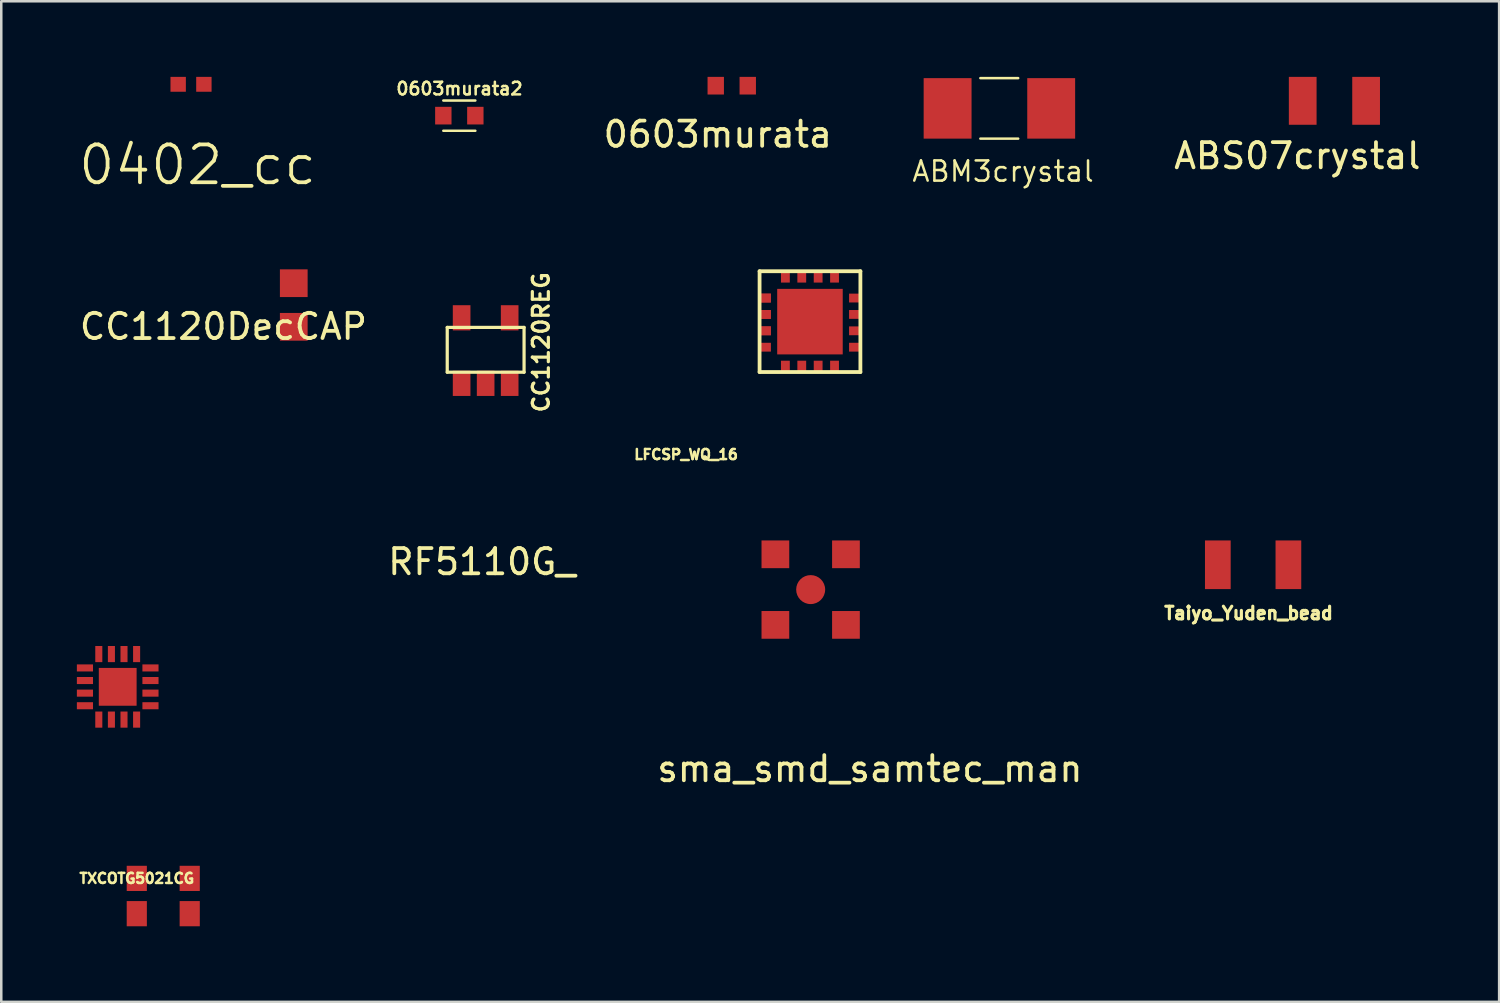
<source format=kicad_pcb>
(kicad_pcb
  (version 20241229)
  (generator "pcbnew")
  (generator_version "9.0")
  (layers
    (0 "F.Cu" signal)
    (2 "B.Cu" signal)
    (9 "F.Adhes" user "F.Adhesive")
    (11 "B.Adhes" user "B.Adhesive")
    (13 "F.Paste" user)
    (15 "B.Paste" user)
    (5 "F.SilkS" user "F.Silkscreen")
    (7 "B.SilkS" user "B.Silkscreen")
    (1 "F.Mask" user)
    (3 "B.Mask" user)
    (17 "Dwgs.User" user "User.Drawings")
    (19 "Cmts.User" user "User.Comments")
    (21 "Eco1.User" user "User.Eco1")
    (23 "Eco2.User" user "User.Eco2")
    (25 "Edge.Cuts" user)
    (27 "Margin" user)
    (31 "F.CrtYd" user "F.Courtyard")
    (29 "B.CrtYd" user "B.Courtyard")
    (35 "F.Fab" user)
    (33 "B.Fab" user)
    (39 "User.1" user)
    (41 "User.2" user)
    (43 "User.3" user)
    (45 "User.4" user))
  (footprint "CC1120DecCAP"
    (layer "F.Cu")
    (at 8.605 9.886)
    (property "Reference" "CC1120DecCAP" (at -2.79 0.02 0) (layer "F.SilkS") (effects (font (size 1 1) (thickness 0.15))))
    (attr through_hole)
    (pad "1" smd rect (at 0 -1.7) (size 1.1 1.1) (layers "F.Cu" "F.Mask" "F.Paste"))
    (pad "2" smd rect (at 0 0.03) (size 1.1 1.1) (layers "F.Cu" "F.Mask" "F.Paste")))
  (footprint "0603murata2"
    (layer "F.Cu")
    (at 14.539 1.538)
    (property "Reference" "0603murata2" (at 0.64 -1.07 0) (layer "F.SilkS") (effects (font (size 0.5 0.5) (thickness 0.1))))
    (attr through_hole)
    (fp_line (start 0 -0.6) (end 1.27 -0.6) (stroke (width 0.1) (type solid)) (layer "F.SilkS"))
    (fp_line (start 0 0.6) (end 1.27 0.6) (stroke (width 0.1) (type solid)) (layer "F.SilkS"))
    (pad "1" smd trapezoid (at 0 0) (size 0.65 0.7) (layers "F.Cu" "F.Mask" "F.Paste"))
    (pad "2" smd trapezoid (at 1.27 0) (size 0.65 0.7) (layers "F.Cu" "F.Mask" "F.Paste")))
  (footprint "TXCOTG5021CG"
    (layer "F.Cu")
    (at 2.377 31.8)
    (property "Reference" "TXCOTG5021CG" (at 0 0 0) (layer "F.SilkS") (effects (font (size 0.4 0.4) (thickness 0.1))))
    (attr through_hole)
    (pad "1" smd rect (at 0 0) (size 0.8 1) (layers "F.Cu" "F.Mask" "F.Paste"))
    (pad "2" smd rect (at 0 1.4) (size 0.8 1) (layers "F.Cu" "F.Mask" "F.Paste"))
    (pad "3" smd rect (at 2.1 1.4) (size 0.8 1) (layers "F.Cu" "F.Mask" "F.Paste"))
    (pad "4" smd rect (at 2.1 0) (size 0.8 1) (layers "F.Cu" "F.Mask" "F.Paste")))
  (footprint "LFCSP_WQ_16"
    (layer "F.Cu")
    (at 27.086 11.711)
    (property "Reference" "LFCSP_WQ_16" (at -2.916 3.272 0) (layer "F.SilkS") (effects (font (size 0.4 0.4) (thickness 0.1))))
    (attr through_hole)
    (fp_line (start 0 -4) (end 0 0) (stroke (width 0.15) (type solid)) (layer "F.SilkS"))
    (fp_line (start 0 0) (end 4 0) (stroke (width 0.15) (type solid)) (layer "F.SilkS"))
    (fp_line (start 4 -4) (end 0 -4) (stroke (width 0.15) (type solid)) (layer "F.SilkS"))
    (fp_line (start 4 0) (end 4 -4) (stroke (width 0.15) (type solid)) (layer "F.SilkS"))
    (pad "1" smd rect (at 0.225 -2.936 90) (size 0.35 0.45) (layers "F.Cu" "F.Mask" "F.Paste"))
    (pad "1" smd rect (at 0.225 -2.936 90) (size 0.35 0.45) (layers "F.Cu" "F.Mask" "F.Paste"))
    (pad "2" smd rect (at 0.225 -2.286 90) (size 0.35 0.45) (layers "F.Cu" "F.Mask" "F.Paste"))
    (pad "2" smd rect (at 0.225 -2.286 90) (size 0.35 0.45) (layers "F.Cu" "F.Mask" "F.Paste"))
    (pad "3" smd rect (at 0.225 -1.636 90) (size 0.35 0.45) (layers "F.Cu" "F.Mask" "F.Paste"))
    (pad "3" smd rect (at 0.225 -1.636 90) (size 0.35 0.45) (layers "F.Cu" "F.Mask" "F.Paste"))
    (pad "4" smd rect (at 0.225 -0.986 90) (size 0.35 0.45) (layers "F.Cu" "F.Mask" "F.Paste"))
    (pad "5" smd rect (at 1.024 -0.225) (size 0.35 0.45) (layers "F.Cu" "F.Mask" "F.Paste"))
    (pad "6" smd rect (at 1.674 -0.225) (size 0.35 0.45) (layers "F.Cu" "F.Mask" "F.Paste"))
    (pad "7" smd rect (at 2.324 -0.225) (size 0.35 0.45) (layers "F.Cu" "F.Mask" "F.Paste"))
    (pad "8" smd rect (at 1.999 -2) (size 2.6 2.6) (layers "F.Cu" "F.Mask" "F.Paste"))
    (pad "8" smd rect (at 2.974 -0.225) (size 0.35 0.45) (layers "F.Cu" "F.Mask" "F.Paste"))
    (pad "9" smd rect (at 3.775 -0.986 90) (size 0.35 0.45) (layers "F.Cu" "F.Mask" "F.Paste"))
    (pad "10" smd rect (at 3.775 -1.636 90) (size 0.35 0.45) (layers "F.Cu" "F.Mask" "F.Paste"))
    (pad "11" smd rect (at 3.775 -2.286 90) (size 0.35 0.45) (layers "F.Cu" "F.Mask" "F.Paste"))
    (pad "12" smd rect (at 3.775 -2.936 90) (size 0.35 0.45) (layers "F.Cu" "F.Mask" "F.Paste"))
    (pad "13" smd rect (at 2.974 -3.775) (size 0.35 0.45) (layers "F.Cu" "F.Mask" "F.Paste"))
    (pad "14" smd rect (at 2.324 -3.775) (size 0.35 0.45) (layers "F.Cu" "F.Mask" "F.Paste"))
    (pad "15" smd rect (at 1.674 -3.775) (size 0.35 0.45) (layers "F.Cu" "F.Mask" "F.Paste"))
    (pad "16" smd rect (at 1.024 -3.775) (size 0.35 0.45) (layers "F.Cu" "F.Mask" "F.Paste")))
  (footprint "0402_cc"
    (layer "F.Cu")
    (at 4.019 0.295)
    (property "Reference" "0402_cc" (at 0.77 3.2 0) (layer "F.SilkS") (effects (font (size 1.5 1.5) (thickness 0.15))))
    (attr through_hole)
    (pad "1" smd rect (at 0 0) (size 0.61 0.59) (layers "F.Cu" "F.Mask" "F.Paste"))
    (pad "2" smd rect (at 1.02 0) (size 0.61 0.59) (layers "F.Cu" "F.Mask" "F.Paste")))
  (footprint "Taiyo_Yuden_bead"
    (layer "F.Cu")
    (at 45.267 19.357)
    (property "Reference" "Taiyo_Yuden_bead" (at 1.22 1.92 0) (layer "F.SilkS") (effects (font (size 0.5 0.5) (thickness 0.125))))
    (attr through_hole)
    (pad "1" smd rect (at 0 0) (size 1.02 1.93) (layers "F.Cu" "F.Mask" "F.Paste"))
    (pad "2" smd rect (at 2.8 0) (size 1.02 1.93) (layers "F.Cu" "F.Mask" "F.Paste")))
  (footprint "CC1120REG"
    (layer "F.Cu")
    (at 16.218 10.829)
    (property "Reference" "CC1120REG" (at 2.2 -0.3 90) (layer "F.SilkS") (effects (font (size 0.635 0.635) (thickness 0.127))))
    (attr smd)
    (fp_line (start -1.524 -0.889) (end 1.524 -0.889) (stroke (width 0.127) (type solid)) (layer "F.SilkS"))
    (fp_line (start -1.524 0.889) (end -1.524 -0.889) (stroke (width 0.127) (type solid)) (layer "F.SilkS"))
    (fp_line (start 1.524 -0.889) (end 1.524 0.889) (stroke (width 0.127) (type solid)) (layer "F.SilkS"))
    (fp_line (start 1.524 0.889) (end -1.524 0.889) (stroke (width 0.127) (type solid)) (layer "F.SilkS"))
    (pad "1" smd rect (at -0.953 1.33) (size 0.7 1) (layers "F.Cu" "F.Mask" "F.Paste"))
    (pad "2" smd rect (at 0 1.33) (size 0.7 1) (layers "F.Cu" "F.Mask" "F.Paste"))
    (pad "3" smd rect (at 0.953 1.33) (size 0.7 1) (layers "F.Cu" "F.Mask" "F.Paste"))
    (pad "4" smd rect (at 0.953 -1.27) (size 0.7 1) (layers "F.Cu" "F.Mask" "F.Paste"))
    (pad "5" smd rect (at -0.953 -1.27) (size 0.7 1) (layers "F.Cu" "F.Mask" "F.Paste")))
  (footprint "ABM3crystal"
    (layer "F.Cu")
    (at 34.546 1.25)
    (property "Reference" "ABM3crystal" (at 2.2 2.5 0) (layer "F.SilkS") (effects (font (size 0.8 0.8) (thickness 0.1))))
    (attr through_hole)
    (fp_line (start 1.3 -1.2) (end 2.8 -1.2) (stroke (width 0.1) (type solid)) (layer "F.SilkS"))
    (fp_line (start 1.3 1.2) (end 2.8 1.2) (stroke (width 0.1) (type solid)) (layer "F.SilkS"))
    (pad "1" smd trapezoid (at 0 0) (size 1.9 2.4) (layers "F.Cu" "F.Mask" "F.Paste"))
    (pad "2" smd trapezoid (at 4.11 0) (size 1.9 2.4) (layers "F.Cu" "F.Mask" "F.Paste")))
  (footprint "0603murata"
    (layer "F.Cu")
    (at 25.347 0.35)
    (property "Reference" "0603murata" (at 0.08 1.93 0) (layer "F.SilkS") (effects (font (size 1 1) (thickness 0.15))))
    (attr through_hole)
    (pad "1" smd trapezoid (at 0 0) (size 0.65 0.7) (layers "F.Cu" "F.Mask" "F.Paste"))
    (pad "2" smd trapezoid (at 1.27 0) (size 0.65 0.7) (layers "F.Cu" "F.Mask" "F.Paste")))
  (footprint "ABS07crystal"
    (layer "F.Cu")
    (at 48.625 0.95)
    (property "Reference" "ABS07crystal" (at -0.203 2.184 0) (layer "F.SilkS") (effects (font (size 1 1) (thickness 0.15))))
    (attr through_hole)
    (pad "1" smd trapezoid (at 0.01 0) (size 1.1 1.9) (layers "F.Cu" "F.Mask" "F.Paste"))
    (pad "2" smd trapezoid (at 2.525 0) (size 1.1 1.9) (layers "F.Cu" "F.Mask" "F.Paste")))
  (footprint "sma_smd_samtec_man"
    (layer "F.Cu")
    (at 29.113 20.342)
    (property "Reference" "sma_smd_samtec_man" (at 2.35 7.11 0) (layer "F.SilkS") (effects (font (size 1 1) (thickness 0.15))))
    (attr through_hole)
    (pad "1" connect circle (at 0 0) (size 1.15 1.15) (layers "F.Cu" "F.Mask"))
    (pad "2" connect trapezoid (at 1.4 1.4) (size 1.1 1.1) (layers "F.Cu" "F.Mask"))
    (pad "3" connect trapezoid (at -1.4 1.4) (size 1.1 1.1) (layers "F.Cu" "F.Mask"))
    (pad "4" connect trapezoid (at -1.4 -1.4) (size 1.1 1.1) (layers "F.Cu" "F.Mask"))
    (pad "5" connect trapezoid (at 1.4 -1.4) (size 1.1 1.1) (layers "F.Cu" "F.Mask")))
  (footprint "RF5110G_"
    (layer "F.Cu")
    (at 9.12 24.75)
    (property "Reference" "RF5110G_" (at 6.95 -5.51 0) (layer "F.SilkS") (effects (font (size 1 1) (thickness 0.15))))
    (attr through_hole)
    (pad "1" smd rect (at -8.8 -1.3) (size 0.64 0.28) (layers "F.Cu" "F.Mask" "F.Paste"))
    (pad "2" smd rect (at -8.8 -0.8) (size 0.64 0.28) (layers "F.Cu" "F.Mask" "F.Paste"))
    (pad "3" smd rect (at -8.8 -0.3) (size 0.64 0.28) (layers "F.Cu" "F.Mask" "F.Paste"))
    (pad "4" smd rect (at -8.8 0.2) (size 0.64 0.28) (layers "F.Cu" "F.Mask" "F.Paste"))
    (pad "5" smd rect (at -8.25 0.75) (size 0.28 0.64) (layers "F.Cu" "F.Mask" "F.Paste"))
    (pad "6" smd rect (at -7.75 0.75) (size 0.28 0.64) (layers "F.Cu" "F.Mask" "F.Paste"))
    (pad "7" smd rect (at -7.25 0.75) (size 0.28 0.64) (layers "F.Cu" "F.Mask" "F.Paste"))
    (pad "8" smd rect (at -6.75 0.75) (size 0.28 0.64) (layers "F.Cu" "F.Mask" "F.Paste"))
    (pad "9" smd rect (at -6.2 0.2) (size 0.64 0.28) (layers "F.Cu" "F.Mask" "F.Paste"))
    (pad "10" smd rect (at -6.2 -0.3) (size 0.64 0.28) (layers "F.Cu" "F.Mask" "F.Paste"))
    (pad "11" smd rect (at -6.2 -0.8) (size 0.64 0.28) (layers "F.Cu" "F.Mask" "F.Paste"))
    (pad "12" smd rect (at -6.2 -1.3) (size 0.64 0.28) (layers "F.Cu" "F.Mask" "F.Paste"))
    (pad "13" smd rect (at -6.75 -1.85) (size 0.28 0.64) (layers "F.Cu" "F.Mask" "F.Paste"))
    (pad "14" smd rect (at -7.25 -1.85) (size 0.28 0.64) (layers "F.Cu" "F.Mask" "F.Paste"))
    (pad "15" smd rect (at -7.75 -1.85) (size 0.28 0.64) (layers "F.Cu" "F.Mask" "F.Paste"))
    (pad "16" smd rect (at -8.25 -1.85) (size 0.28 0.64) (layers "F.Cu" "F.Mask" "F.Paste"))
    (pad "17" smd rect (at -7.5 -0.55) (size 1.5 1.5) (layers "F.Cu" "F.Mask" "F.Paste")))
  (gr_rect
    (start -3 -3)
    (end 56.428 36.7)
    (stroke (width 0.1) (type default))
    (fill no)
    (layer "Edge.Cuts")))
</source>
